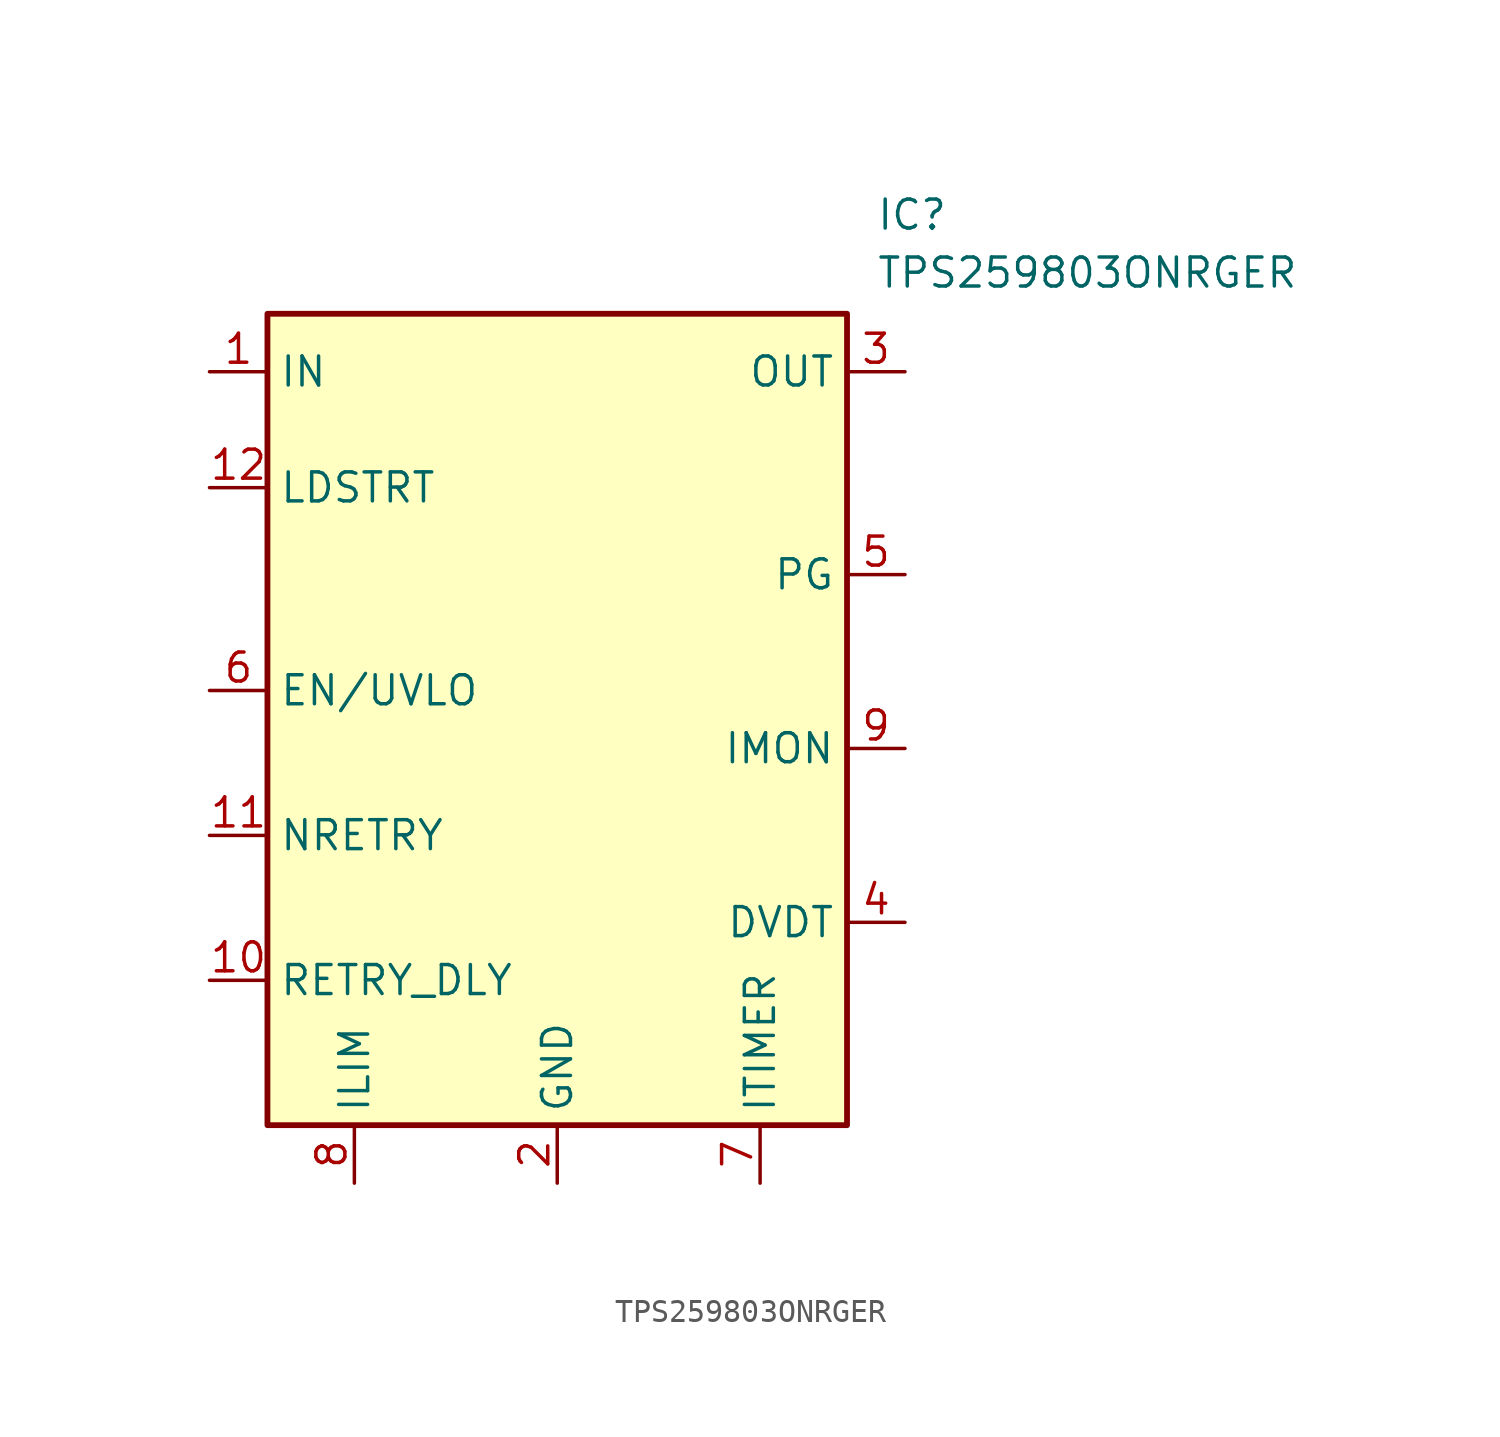
<source format=kicad_sym>
(kicad_symbol_lib
  (version 20231120)
  (generator "kicad_symbol_editor")
  (generator_version "8.0")
  (symbol "TPS259803ONRGER"
    (property "Reference" "IC"
      (at 13.97 22.86 0)
      (effects (font (size 1.27 1.27)) (justify left top)))
    (property "Value" "TPS259803ONRGER"
      (at 13.97 20.32 0)
      (effects (font (size 1.27 1.27)) (justify left top)))
    (symbol "TPS259803ONRGER_1_1"
      (rectangle (start -12.7 17.78) (end 12.7 -17.78) (stroke (width 0.254) (type default)) (fill (type background)))
      (pin passive line (at -15.24 15.24 0) (length 2.54) (name "IN" (effects (font (size 1.27 1.27)))) (number "1" (effects (font (size 1.27 1.27)))))
      (pin passive line (at -15.24 -11.43 0) (length 2.54) (name "RETRY_DLY" (effects (font (size 1.27 1.27)))) (number "10" (effects (font (size 1.27 1.27)))))
      (pin passive line (at -15.24 -5.08 0) (length 2.54) (name "NRETRY" (effects (font (size 1.27 1.27)))) (number "11" (effects (font (size 1.27 1.27)))))
      (pin passive line (at -15.24 10.16 0) (length 2.54) (name "LDSTRT" (effects (font (size 1.27 1.27)))) (number "12" (effects (font (size 1.27 1.27)))))
      (pin passive line (at 0 -20.32 90) (length 2.54) (name "GND" (effects (font (size 1.27 1.27)))) (number "2" (effects (font (size 1.27 1.27)))))
      (pin passive line (at 15.24 15.24 180) (length 2.54) (name "OUT" (effects (font (size 1.27 1.27)))) (number "3" (effects (font (size 1.27 1.27)))))
      (pin passive line (at 15.24 -8.89 180) (length 2.54) (name "DVDT" (effects (font (size 1.27 1.27)))) (number "4" (effects (font (size 1.27 1.27)))))
      (pin passive line (at 15.24 6.35 180) (length 2.54) (name "PG" (effects (font (size 1.27 1.27)))) (number "5" (effects (font (size 1.27 1.27)))))
      (pin passive line (at -15.24 1.27 0) (length 2.54) (name "EN/UVLO" (effects (font (size 1.27 1.27)))) (number "6" (effects (font (size 1.27 1.27)))))
      (pin passive line (at 8.89 -20.32 90) (length 2.54) (name "ITIMER" (effects (font (size 1.27 1.27)))) (number "7" (effects (font (size 1.27 1.27)))))
      (pin passive line (at -8.89 -20.32 90) (length 2.54) (name "ILIM" (effects (font (size 1.27 1.27)))) (number "8" (effects (font (size 1.27 1.27)))))
      (pin passive line (at 15.24 -1.27 180) (length 2.54) (name "IMON" (effects (font (size 1.27 1.27)))) (number "9" (effects (font (size 1.27 1.27))))))))
</source>
